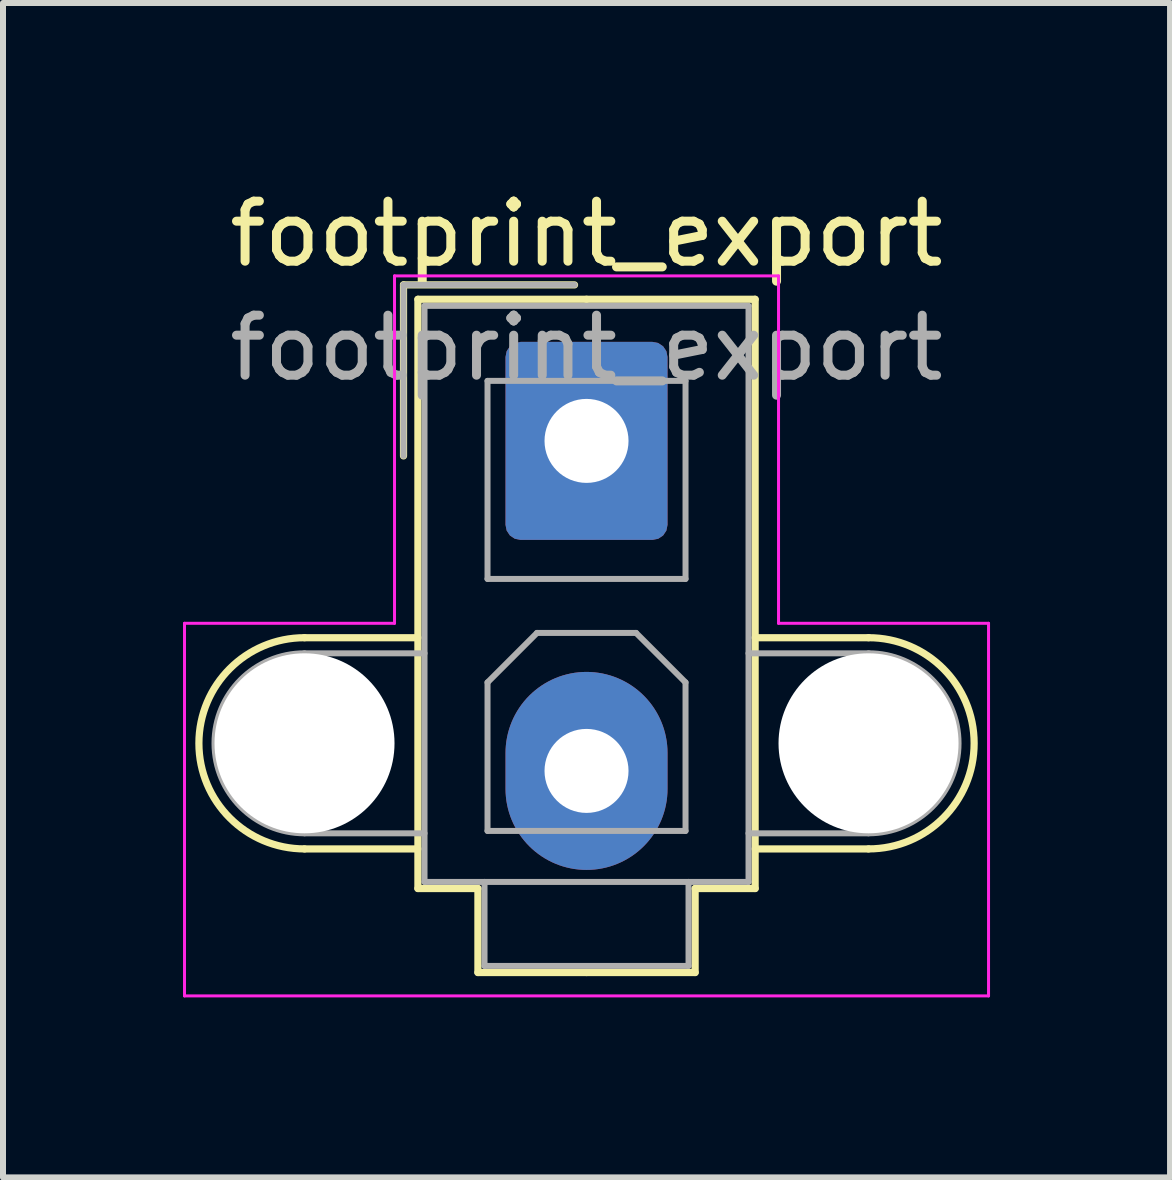
<source format=kicad_pcb>
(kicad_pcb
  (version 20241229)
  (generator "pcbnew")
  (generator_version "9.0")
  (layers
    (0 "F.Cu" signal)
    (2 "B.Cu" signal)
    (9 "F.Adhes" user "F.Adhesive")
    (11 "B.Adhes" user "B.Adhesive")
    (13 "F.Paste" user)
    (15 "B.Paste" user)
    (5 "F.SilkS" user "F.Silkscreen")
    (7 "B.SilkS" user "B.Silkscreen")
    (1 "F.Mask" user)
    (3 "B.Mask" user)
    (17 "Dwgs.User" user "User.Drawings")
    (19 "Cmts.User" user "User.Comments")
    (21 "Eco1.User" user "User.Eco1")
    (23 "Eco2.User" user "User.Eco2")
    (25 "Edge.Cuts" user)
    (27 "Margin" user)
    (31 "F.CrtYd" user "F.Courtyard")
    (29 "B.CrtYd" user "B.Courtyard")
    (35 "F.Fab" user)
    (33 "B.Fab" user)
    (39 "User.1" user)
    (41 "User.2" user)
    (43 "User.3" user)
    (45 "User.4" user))
  (footprint "footprint_export"
    (layer "F.Cu")
    (at 6.725 4.298)
    (property "Reference" "footprint_export" (at 0 -3.45 0) (layer "F.SilkS") (effects (font (size 1 1) (thickness 0.15))))
    (attr through_hole)
    (fp_line (start -4.7 3.28) (end -2.81 3.28) (stroke (width 0.12) (type solid)) (layer "F.SilkS"))
    (fp_line (start -4.7 6.8) (end -2.81 6.8) (stroke (width 0.12) (type solid)) (layer "F.SilkS"))
    (fp_line (start -3.05 -2.6) (end -3.05 0.25) (stroke (width 0.12) (type solid)) (layer "F.SilkS"))
    (fp_line (start -2.81 -2.36) (end -2.81 7.46) (stroke (width 0.12) (type solid)) (layer "F.SilkS"))
    (fp_line (start -2.81 7.46) (end -1.81 7.46) (stroke (width 0.12) (type solid)) (layer "F.SilkS"))
    (fp_line (start -1.81 7.46) (end -1.81 8.86) (stroke (width 0.12) (type solid)) (layer "F.SilkS"))
    (fp_line (start -1.81 8.86) (end 0 8.86) (stroke (width 0.12) (type solid)) (layer "F.SilkS"))
    (fp_line (start -0.2 -2.6) (end -3.05 -2.6) (stroke (width 0.12) (type solid)) (layer "F.SilkS"))
    (fp_line (start 0 -2.36) (end -2.81 -2.36) (stroke (width 0.12) (type solid)) (layer "F.SilkS"))
    (fp_line (start 0 -2.36) (end 2.81 -2.36) (stroke (width 0.12) (type solid)) (layer "F.SilkS"))
    (fp_line (start 1.81 7.46) (end 1.81 8.86) (stroke (width 0.12) (type solid)) (layer "F.SilkS"))
    (fp_line (start 1.81 8.86) (end 0 8.86) (stroke (width 0.12) (type solid)) (layer "F.SilkS"))
    (fp_line (start 2.81 -2.36) (end 2.81 7.46) (stroke (width 0.12) (type solid)) (layer "F.SilkS"))
    (fp_line (start 2.81 7.46) (end 1.81 7.46) (stroke (width 0.12) (type solid)) (layer "F.SilkS"))
    (fp_line (start 4.7 3.28) (end 2.81 3.28) (stroke (width 0.12) (type solid)) (layer "F.SilkS"))
    (fp_line (start 4.7 6.8) (end 2.81 6.8) (stroke (width 0.12) (type solid)) (layer "F.SilkS"))
    (fp_arc (start -4.7 6.8) (mid -6.46 5.04) (end -4.7 3.28) (stroke (width 0.12) (type solid)) (layer "F.SilkS"))
    (fp_arc (start 4.7 3.28) (mid 6.46 5.04) (end 4.7 6.8) (stroke (width 0.12) (type solid)) (layer "F.SilkS"))
    (fp_line (start -6.7 3.04) (end -6.7 9.25) (stroke (width 0.05) (type solid)) (layer "F.CrtYd"))
    (fp_line (start -6.7 9.25) (end 6.7 9.25) (stroke (width 0.05) (type solid)) (layer "F.CrtYd"))
    (fp_line (start -3.2 -2.75) (end -3.2 3.04) (stroke (width 0.05) (type solid)) (layer "F.CrtYd"))
    (fp_line (start -3.2 3.04) (end -6.7 3.04) (stroke (width 0.05) (type solid)) (layer "F.CrtYd"))
    (fp_line (start 3.2 -2.75) (end -3.2 -2.75) (stroke (width 0.05) (type solid)) (layer "F.CrtYd"))
    (fp_line (start 3.2 3.04) (end 3.2 -2.75) (stroke (width 0.05) (type solid)) (layer "F.CrtYd"))
    (fp_line (start 6.7 3.04) (end 3.2 3.04) (stroke (width 0.05) (type solid)) (layer "F.CrtYd"))
    (fp_line (start 6.7 9.25) (end 6.7 3.04) (stroke (width 0.05) (type solid)) (layer "F.CrtYd"))
    (fp_line (start -4.7 3.54) (end -2.7 3.54) (stroke (width 0.1) (type solid)) (layer "F.Fab"))
    (fp_line (start -4.7 6.54) (end -2.7 6.54) (stroke (width 0.1) (type solid)) (layer "F.Fab"))
    (fp_line (start -3.05 -2.6) (end -3.05 0.25) (stroke (width 0.1) (type solid)) (layer "F.Fab"))
    (fp_line (start -2.7 -2.25) (end -2.7 7.35) (stroke (width 0.1) (type solid)) (layer "F.Fab"))
    (fp_line (start -2.7 7.35) (end 2.7 7.35) (stroke (width 0.1) (type solid)) (layer "F.Fab"))
    (fp_line (start -1.7 7.35) (end -1.7 8.75) (stroke (width 0.1) (type solid)) (layer "F.Fab"))
    (fp_line (start -1.7 8.75) (end 1.7 8.75) (stroke (width 0.1) (type solid)) (layer "F.Fab"))
    (fp_line (start -1.65 -1) (end -1.65 2.3) (stroke (width 0.1) (type solid)) (layer "F.Fab"))
    (fp_line (start -1.65 2.3) (end 1.65 2.3) (stroke (width 0.1) (type solid)) (layer "F.Fab"))
    (fp_line (start -1.65 4.025) (end -0.825 3.2) (stroke (width 0.1) (type solid)) (layer "F.Fab"))
    (fp_line (start -1.65 6.5) (end -1.65 4.025) (stroke (width 0.1) (type solid)) (layer "F.Fab"))
    (fp_line (start -0.825 3.2) (end 0.825 3.2) (stroke (width 0.1) (type solid)) (layer "F.Fab"))
    (fp_line (start -0.2 -2.6) (end -3.05 -2.6) (stroke (width 0.1) (type solid)) (layer "F.Fab"))
    (fp_line (start 0.825 3.2) (end 1.65 4.025) (stroke (width 0.1) (type solid)) (layer "F.Fab"))
    (fp_line (start 1.65 -1) (end -1.65 -1) (stroke (width 0.1) (type solid)) (layer "F.Fab"))
    (fp_line (start 1.65 2.3) (end 1.65 -1) (stroke (width 0.1) (type solid)) (layer "F.Fab"))
    (fp_line (start 1.65 4.025) (end 1.65 6.5) (stroke (width 0.1) (type solid)) (layer "F.Fab"))
    (fp_line (start 1.65 6.5) (end -1.65 6.5) (stroke (width 0.1) (type solid)) (layer "F.Fab"))
    (fp_line (start 1.7 8.75) (end 1.7 7.35) (stroke (width 0.1) (type solid)) (layer "F.Fab"))
    (fp_line (start 2.7 -2.25) (end -2.7 -2.25) (stroke (width 0.1) (type solid)) (layer "F.Fab"))
    (fp_line (start 2.7 7.35) (end 2.7 -2.25) (stroke (width 0.1) (type solid)) (layer "F.Fab"))
    (fp_line (start 4.7 3.54) (end 2.7 3.54) (stroke (width 0.1) (type solid)) (layer "F.Fab"))
    (fp_line (start 4.7 6.54) (end 2.7 6.54) (stroke (width 0.1) (type solid)) (layer "F.Fab"))
    (fp_arc (start -4.7 6.54) (mid -6.2 5.04) (end -4.7 3.54) (stroke (width 0.1) (type solid)) (layer "F.Fab"))
    (fp_arc (start 4.7 3.54) (mid 6.2 5.04) (end 4.7 6.54) (stroke (width 0.1) (type solid)) (layer "F.Fab"))
    (fp_text user "${REFERENCE}" (at 0 -1.55 0) (layer "F.Fab") (effects (font (size 1 1) (thickness 0.15))))
    (pad "" np_thru_hole circle (at -4.7 5.04) (size 3 3) (drill 3) (layers "*.Cu" "*.Mask"))
    (pad "" np_thru_hole circle (at 4.7 5.04) (size 3 3) (drill 3) (layers "*.Cu" "*.Mask"))
    (pad "1" thru_hole roundrect (at 0 0) (size 2.7 3.3) (drill 1.4) (layers "*.Cu" "*.Mask") (roundrect_rratio 0.093))
    (pad "2" thru_hole oval (at 0 5.5) (size 2.7 3.3) (drill 1.4) (layers "*.Cu" "*.Mask")))
  (gr_rect
    (start -3 -3)
    (end 16.45 16.573)
    (stroke (width 0.1) (type default))
    (fill no)
    (layer "Edge.Cuts")))
</source>
